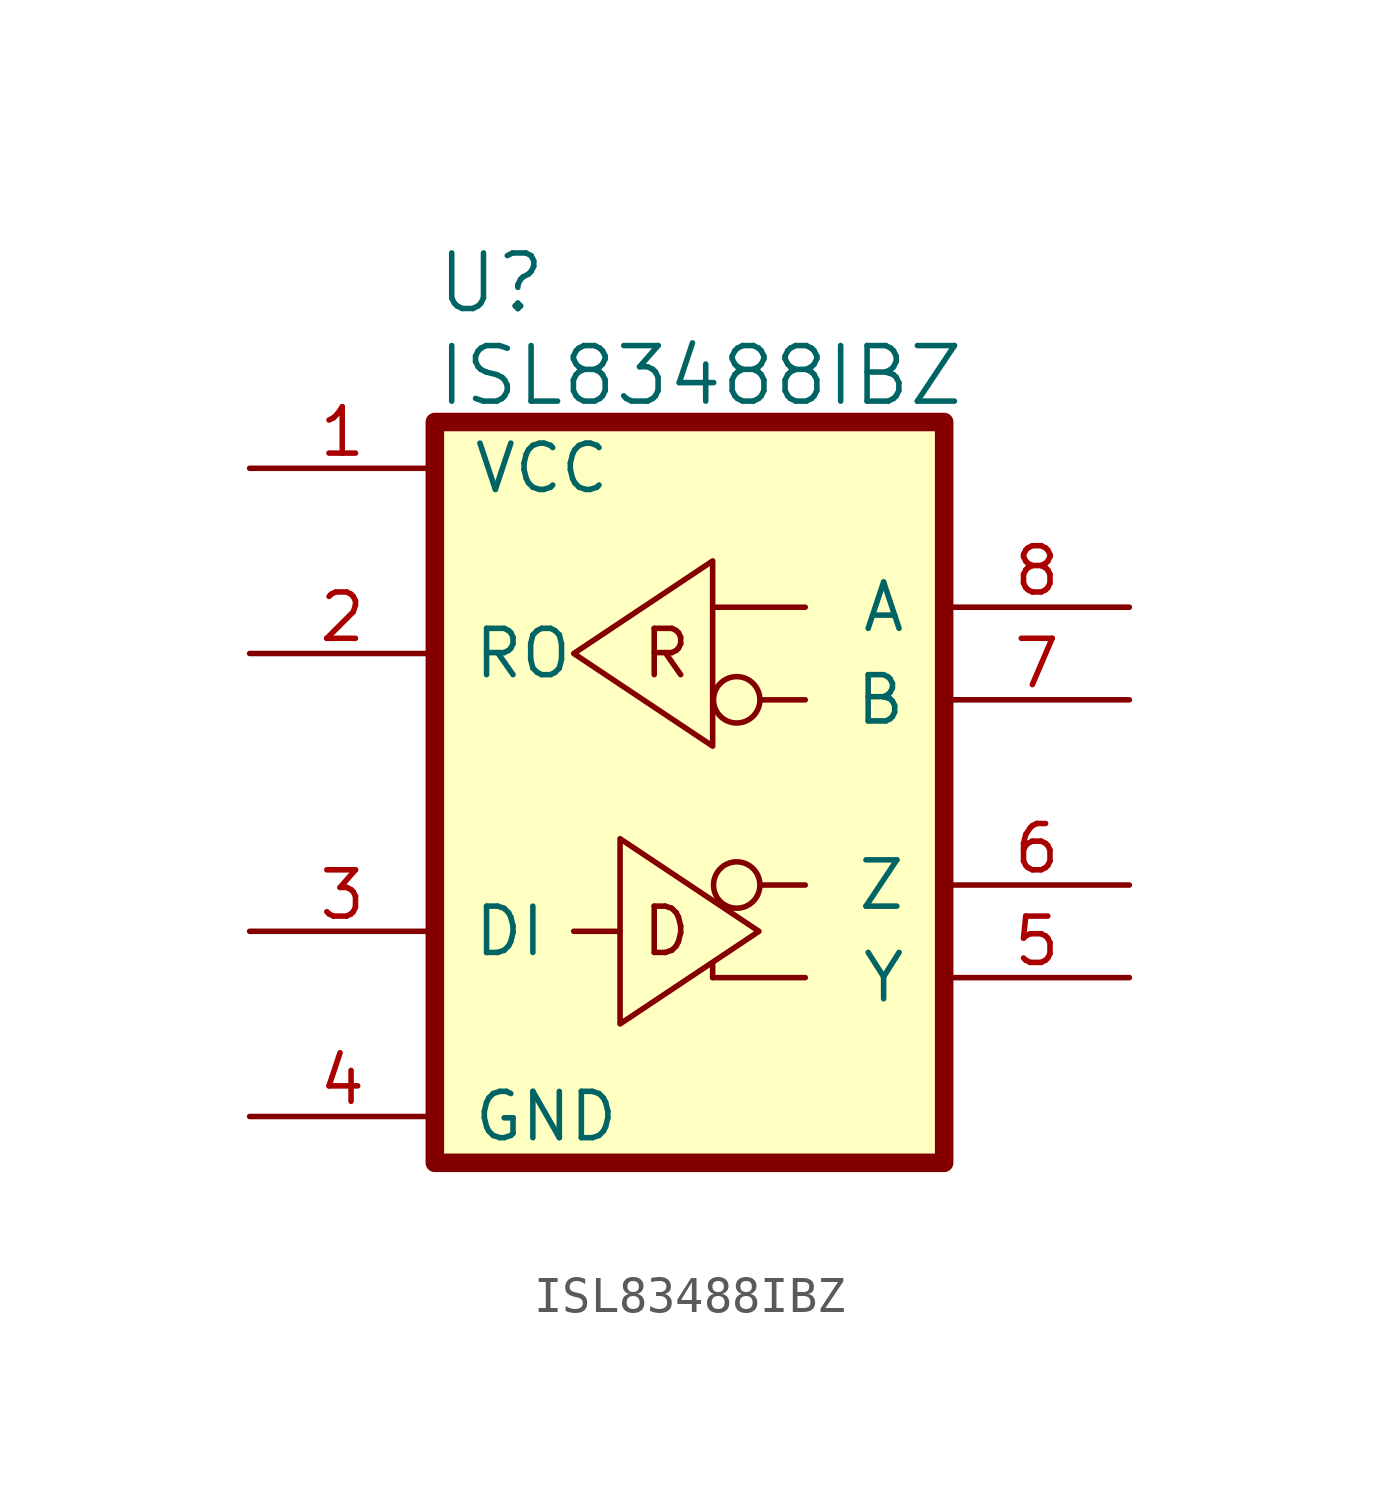
<source format=kicad_sym>
(kicad_symbol_lib
  (version 20220102)
  (generator kicad_symbol_editor)
  (symbol "ISL83488IBZ"
    (pin_names
      (offset 1.016))
    (property "Reference" "U"
      (at -6.35 13.97 0)
      (effects (font (size 1.524 1.524)) (justify left)))
    (property "Value" "ISL83488IBZ"
      (at -6.35 11.43 0)
      (effects (font (size 1.524 1.524)) (justify left)))
    (symbol "ISL83488IBZ_0_0"
      (text "D" (at 0 -3.81 0) (effects (font (size 1.27 1.27))))
      (text "R" (at 0 3.81 0) (effects (font (size 1.27 1.27)))))
    (symbol "ISL83488IBZ_0_1"
      (rectangle (start -6.35 10.16) (end 7.62 -10.16) (stroke (width 0.508) (type default)) (fill (type background)))
      (polyline (pts (xy -2.54 -3.81) (xy -1.27 -3.81)) (stroke (width 0.152) (type default)) (fill (type none)))
      (polyline (pts (xy 1.27 -5.08) (xy 1.27 -4.674)) (stroke (width 0.152) (type default)) (fill (type none)))
      (polyline (pts (xy 3.81 -5.08) (xy 1.27 -5.08)) (stroke (width 0.152) (type default)) (fill (type none)))
      (polyline (pts (xy 3.81 -2.54) (xy 2.591 -2.54)) (stroke (width 0.152) (type default)) (fill (type none)))
      (polyline (pts (xy 3.81 2.54) (xy 2.591 2.54)) (stroke (width 0.152) (type default)) (fill (type none)))
      (polyline (pts (xy 3.81 5.08) (xy 1.27 5.08)) (stroke (width 0.152) (type default)) (fill (type none)))
      (polyline (pts (xy -2.54 3.81) (xy 1.27 6.35) (xy 1.27 1.27) (xy -2.54 3.81)) (stroke (width 0) (type default)) (fill (type none)))
      (polyline (pts (xy 2.54 -3.81) (xy -1.27 -6.35) (xy -1.27 -1.27) (xy 2.54 -3.81)) (stroke (width 0) (type default)) (fill (type none)))
      (circle (center 1.93 -2.54) (radius 0.636) (stroke (width 0.152) (type default)) (fill (type none)))
      (circle (center 1.93 2.54) (radius 0.636) (stroke (width 0.152) (type default)) (fill (type none))))
    (symbol "ISL83488IBZ_1_1"
      (pin power_out line (at -11.43 8.89 0) (length 5.08) (name "VCC" (effects (font (size 1.27 1.27)))) (number "1" (effects (font (size 1.27 1.27)))))
      (pin input line (at -11.43 3.81 0) (length 5.08) (name "RO" (effects (font (size 1.27 1.27)))) (number "2" (effects (font (size 1.27 1.27)))))
      (pin input line (at -11.43 -3.81 0) (length 5.08) (name "DI" (effects (font (size 1.27 1.27)))) (number "3" (effects (font (size 1.27 1.27)))))
      (pin output line (at -11.43 -8.89 0) (length 5.08) (name "GND" (effects (font (size 1.27 1.27)))) (number "4" (effects (font (size 1.27 1.27)))))
      (pin output line (at 12.7 -5.08 180) (length 5.08) (name "Y" (effects (font (size 1.27 1.27)))) (number "5" (effects (font (size 1.27 1.27)))))
      (pin output line (at 12.7 -2.54 180) (length 5.08) (name "Z" (effects (font (size 1.27 1.27)))) (number "6" (effects (font (size 1.27 1.27)))))
      (pin input line (at 12.7 2.54 180) (length 5.08) (name "B" (effects (font (size 1.27 1.27)))) (number "7" (effects (font (size 1.27 1.27)))))
      (pin input line (at 12.7 5.08 180) (length 5.08) (name "A" (effects (font (size 1.27 1.27)))) (number "8" (effects (font (size 1.27 1.27))))))))
</source>
